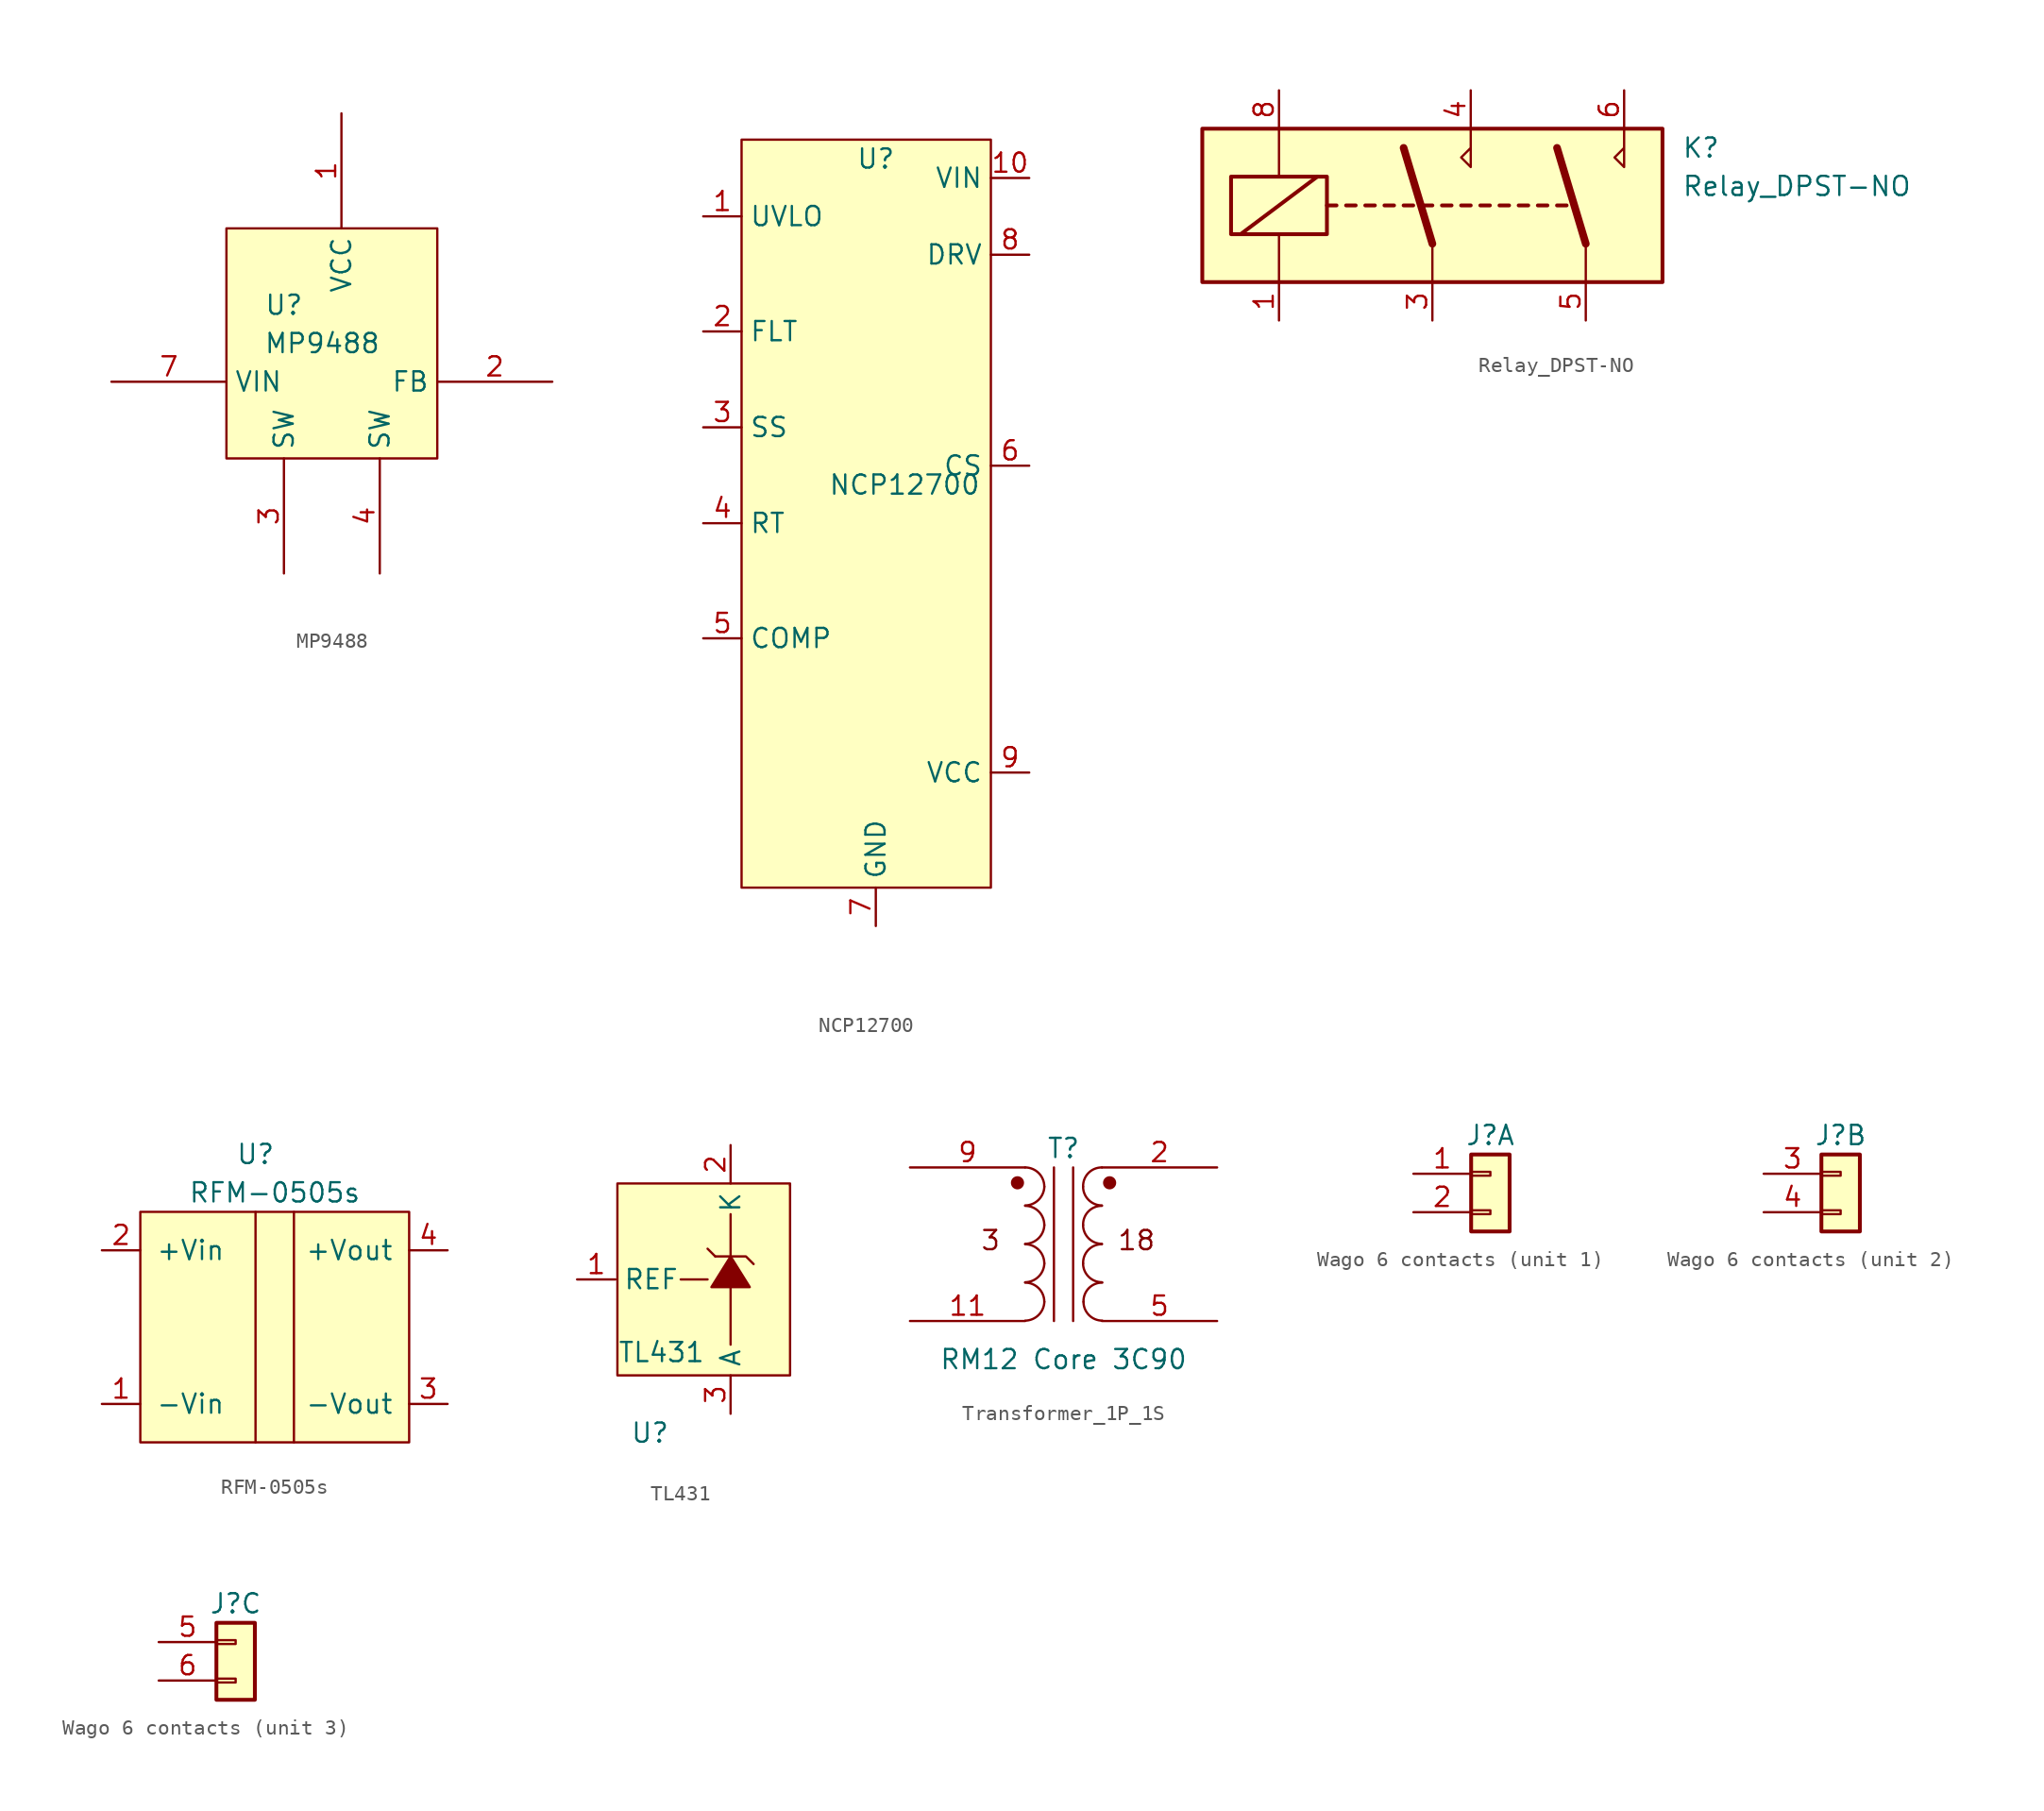
<source format=kicad_sym>
(kicad_symbol_lib
  (version 20241209)
  (generator "kicad_symbol_editor")
  (generator_version "9.0")
  (symbol "MP9488"
    (property "Reference" "U"
      (at -3.81 1.27 0)
      (effects (font (size 1.27 1.27))))
    (property "Value" "MP9488"
      (at -1.27 -1.27 0)
      (effects (font (size 1.27 1.27))))
    (symbol "MP9488_0_1"
      (rectangle (start -7.62 6.35) (end 6.35 -8.89) (stroke (width 0) (type default)) (fill (type background))))
    (symbol "MP9488_1_1"
      (pin power_in line (at -15.24 -3.81 0) (length 7.62) (name "VIN" (effects (font (size 1.27 1.27)))) (number "7" (effects (font (size 1.27 1.27)))))
      (pin power_out line (at -3.81 -16.51 90) (length 7.62) (name "SW" (effects (font (size 1.27 1.27)))) (number "3" (effects (font (size 1.27 1.27)))))
      (pin power_in line (at 0 13.97 270) (length 7.62) (name "VCC" (effects (font (size 1.27 1.27)))) (number "1" (effects (font (size 1.27 1.27)))))
      (pin power_out line (at 2.54 -16.51 90) (length 7.62) (name "SW" (effects (font (size 1.27 1.27)))) (number "4" (effects (font (size 1.27 1.27)))))
      (pin input line (at 13.97 -3.81 180) (length 7.62) (name "FB" (effects (font (size 1.27 1.27)))) (number "2" (effects (font (size 1.27 1.27)))))))
  (symbol "NCP12700"
    (property "Reference" "U"
      (at 0 6.35 0)
      (effects (font (size 1.27 1.27))))
    (property "Value" "NCP12700"
      (at 1.905 -15.24 0)
      (effects (font (size 1.27 1.27))))
    (symbol "NCP12700_0_1"
      (rectangle (start -8.89 7.62) (end 7.62 -41.91) (stroke (width 0) (type default)) (fill (type background))))
    (symbol "NCP12700_1_1"
      (pin input line (at -11.43 2.54 0) (length 2.54) (name "UVLO" (effects (font (size 1.27 1.27)))) (number "1" (effects (font (size 1.27 1.27)))))
      (pin input line (at -11.43 -5.08 0) (length 2.54) (name "FLT" (effects (font (size 1.27 1.27)))) (number "2" (effects (font (size 1.27 1.27)))))
      (pin input line (at -11.43 -11.43 0) (length 2.54) (name "SS" (effects (font (size 1.27 1.27)))) (number "3" (effects (font (size 1.27 1.27)))))
      (pin input line (at -11.43 -17.78 0) (length 2.54) (name "RT" (effects (font (size 1.27 1.27)))) (number "4" (effects (font (size 1.27 1.27)))))
      (pin input line (at -11.43 -25.4 0) (length 2.54) (name "COMP" (effects (font (size 1.27 1.27)))) (number "5" (effects (font (size 1.27 1.27)))))
      (pin passive line (at 0 -44.45 90) (length 2.54) (name "GND" (effects (font (size 1.27 1.27)))) (number "7" (effects (font (size 1.27 1.27)))))
      (pin power_in line (at 10.16 5.08 180) (length 2.54) (name "VIN" (effects (font (size 1.27 1.27)))) (number "10" (effects (font (size 1.27 1.27)))))
      (pin output line (at 10.16 0 180) (length 2.54) (name "DRV" (effects (font (size 1.27 1.27)))) (number "8" (effects (font (size 1.27 1.27)))))
      (pin input line (at 10.16 -13.97 180) (length 2.54) (name "CS" (effects (font (size 1.27 1.27)))) (number "6" (effects (font (size 1.27 1.27)))))
      (pin power_in line (at 10.16 -34.29 180) (length 2.54) (name "VCC" (effects (font (size 1.27 1.27)))) (number "9" (effects (font (size 1.27 1.27)))))))
  (symbol "Relay_DPST-NO"
    (property "Reference" "K"
      (at 16.51 3.81 0)
      (effects (font (size 1.27 1.27)) (justify left)))
    (property "Value" "Relay_DPST-NO"
      (at 16.51 1.27 0)
      (effects (font (size 1.27 1.27)) (justify left)))
    (symbol "Relay_DPST-NO_0_1"
      (rectangle (start -15.24 5.08) (end 15.24 -5.08) (stroke (width 0.254) (type default)) (fill (type background)))
      (rectangle (start -13.335 1.905) (end -6.985 -1.905) (stroke (width 0.254) (type default)) (fill (type none)))
      (polyline (pts (xy -12.7 -1.905) (xy -7.62 1.905)) (stroke (width 0.254) (type default)) (fill (type none)))
      (polyline (pts (xy -10.16 5.08) (xy -10.16 1.905)) (stroke (width 0) (type default)) (fill (type none)))
      (polyline (pts (xy -10.16 -5.08) (xy -10.16 -1.905)) (stroke (width 0) (type default)) (fill (type none)))
      (polyline (pts (xy -6.985 0) (xy -6.35 0)) (stroke (width 0.254) (type default)) (fill (type none)))
      (polyline (pts (xy -5.715 0) (xy -5.08 0)) (stroke (width 0.254) (type default)) (fill (type none)))
      (polyline (pts (xy -4.445 0) (xy -3.81 0)) (stroke (width 0.254) (type default)) (fill (type none)))
      (polyline (pts (xy -3.175 0) (xy -2.54 0)) (stroke (width 0.254) (type default)) (fill (type none)))
      (polyline (pts (xy -1.905 0) (xy -1.27 0)) (stroke (width 0.254) (type default)) (fill (type none)))
      (polyline (pts (xy -0.635 0) (xy 0 0)) (stroke (width 0.254) (type default)) (fill (type none)))
      (polyline (pts (xy 0 -2.54) (xy -1.905 3.81)) (stroke (width 0.508) (type default)) (fill (type none)))
      (polyline (pts (xy 0 -2.54) (xy 0 -5.08)) (stroke (width 0) (type default)) (fill (type none)))
      (polyline (pts (xy 0.635 0) (xy 1.27 0)) (stroke (width 0.254) (type default)) (fill (type none)))
      (polyline (pts (xy 1.905 0) (xy 2.54 0)) (stroke (width 0.254) (type default)) (fill (type none)))
      (polyline (pts (xy 2.54 5.08) (xy 2.54 2.54) (xy 1.905 3.175) (xy 2.54 3.81)) (stroke (width 0) (type default)) (fill (type none)))
      (polyline (pts (xy 3.175 0) (xy 3.81 0)) (stroke (width 0.254) (type default)) (fill (type none)))
      (polyline (pts (xy 4.445 0) (xy 5.08 0)) (stroke (width 0.254) (type default)) (fill (type none)))
      (polyline (pts (xy 5.715 0) (xy 6.35 0)) (stroke (width 0.254) (type default)) (fill (type none)))
      (polyline (pts (xy 6.985 0) (xy 7.62 0)) (stroke (width 0.254) (type default)) (fill (type none)))
      (polyline (pts (xy 8.255 0) (xy 8.89 0)) (stroke (width 0.254) (type default)) (fill (type none)))
      (polyline (pts (xy 10.16 -2.54) (xy 8.255 3.81)) (stroke (width 0.508) (type default)) (fill (type none)))
      (polyline (pts (xy 10.16 -2.54) (xy 10.16 -5.08)) (stroke (width 0) (type default)) (fill (type none)))
      (polyline (pts (xy 12.7 5.08) (xy 12.7 2.54) (xy 12.065 3.175) (xy 12.7 3.81)) (stroke (width 0) (type default)) (fill (type none))))
    (symbol "Relay_DPST-NO_1_1"
      (pin passive line (at -10.16 7.62 270) (length 2.54) (name "~" (effects (font (size 1.27 1.27)))) (number "8" (effects (font (size 1.27 1.27)))))
      (pin passive line (at -10.16 -7.62 90) (length 2.54) (name "~" (effects (font (size 1.27 1.27)))) (number "1" (effects (font (size 1.27 1.27)))))
      (pin passive line (at 0 -7.62 90) (length 2.54) (name "~" (effects (font (size 1.27 1.27)))) (number "3" (effects (font (size 1.27 1.27)))))
      (pin passive line (at 2.54 7.62 270) (length 2.54) (name "~" (effects (font (size 1.27 1.27)))) (number "4" (effects (font (size 1.27 1.27)))))
      (pin passive line (at 10.16 -7.62 90) (length 2.54) (name "~" (effects (font (size 1.27 1.27)))) (number "5" (effects (font (size 1.27 1.27)))))
      (pin passive line (at 12.7 7.62 270) (length 2.54) (name "~" (effects (font (size 1.27 1.27)))) (number "6" (effects (font (size 1.27 1.27)))))))
  (symbol "RFM-0505s"
    (pin_names
      (offset 1.016))
    (property "Reference" "U"
      (at -1.27 11.43 0)
      (effects (font (size 1.27 1.27))))
    (property "Value" "RFM-0505s"
      (at 0 8.89 0)
      (effects (font (size 1.27 1.27))))
    (symbol "RFM-0505s_0_1"
      (rectangle (start -8.89 7.62) (end 8.89 -7.62) (stroke (width 0) (type default)) (fill (type background)))
      (rectangle (start -1.27 7.62) (end -1.27 -7.62) (stroke (width 0) (type default)) (fill (type none)))
      (rectangle (start 1.27 7.62) (end 1.27 -7.62) (stroke (width 0) (type default)) (fill (type none))))
    (symbol "RFM-0505s_1_1"
      (pin input line (at -11.43 5.08 0) (length 2.54) (name "+Vin" (effects (font (size 1.27 1.27)))) (number "2" (effects (font (size 1.27 1.27)))))
      (pin input line (at -11.43 -5.08 0) (length 2.54) (name "-Vin" (effects (font (size 1.27 1.27)))) (number "1" (effects (font (size 1.27 1.27)))))
      (pin input line (at 11.43 5.08 180) (length 2.54) (name "+Vout" (effects (font (size 1.27 1.27)))) (number "4" (effects (font (size 1.27 1.27)))))
      (pin input line (at 11.43 -5.08 180) (length 2.54) (name "-Vout" (effects (font (size 1.27 1.27)))) (number "3" (effects (font (size 1.27 1.27)))))))
  (symbol "TL431"
    (property "Reference" "U"
      (at -5.334 -10.16 0)
      (effects (font (size 1.27 1.27))))
    (property "Value" "TL431"
      (at -4.572 -4.826 0)
      (effects (font (size 1.27 1.27))))
    (symbol "TL431_0_1"
      (polyline (pts (xy -1.524 0) (xy -3.302 0)) (stroke (width 0) (type default)) (fill (type none)))
      (polyline (pts (xy -1.016 1.524) (xy -1.524 2.032)) (stroke (width 0) (type default)) (fill (type none)))
      (polyline (pts (xy -1.016 1.524) (xy 1.016 1.524) (xy 1.524 1.016)) (stroke (width 0) (type default)) (fill (type none)))
      (polyline (pts (xy 0 4.318) (xy 0 -4.318)) (stroke (width 0) (type default)) (fill (type none)))
      (polyline (pts (xy 1.27 -0.508) (xy -1.27 -0.508) (xy 0 1.524) (xy 1.27 -0.508)) (stroke (width 0) (type default)) (fill (type outline)))
      (rectangle (start 3.937 6.223) (end 3.937 6.223) (stroke (width 0) (type default)) (fill (type none))))
    (symbol "TL431_1_1"
      (rectangle (start -7.493 6.35) (end 3.937 -6.35) (stroke (width 0) (type solid)) (fill (type background)))
      (pin passive line (at -10.16 0 0) (length 2.54) (name "REF" (effects (font (size 1.27 1.27)))) (number "1" (effects (font (size 1.27 1.27)))))
      (pin passive line (at 0 8.89 270) (length 2.54) (name "K" (effects (font (size 1.27 1.27)))) (number "2" (effects (font (size 1.27 1.27)))))
      (pin passive line (at 0 -8.89 90) (length 2.54) (name "A" (effects (font (size 1.27 1.27)))) (number "3" (effects (font (size 1.27 1.27)))))))
  (symbol "Transformer_1P_1S"
    (pin_names
      (offset 1.016)
      (hide yes))
    (property "Reference" "T"
      (at 0 6.35 0)
      (effects (font (size 1.27 1.27))))
    (property "Value" "RM12 Core 3C90"
      (at 0 -7.62 0)
      (effects (font (size 1.27 1.27))))
    (symbol "Transformer_1P_1S_0_1"
      (arc (start -1.27 3.81) (mid -1.656 2.9336) (end -2.54 2.5654) (stroke (width 0) (type default)) (fill (type none)))
      (arc (start -1.27 1.27) (mid -1.656 0.3936) (end -2.54 0.0254) (stroke (width 0) (type default)) (fill (type none)))
      (arc (start -1.27 -1.27) (mid -1.656 -2.1464) (end -2.54 -2.5146) (stroke (width 0) (type default)) (fill (type none)))
      (arc (start -1.27 -3.81) (mid -1.656 -4.6864) (end -2.54 -5.0546) (stroke (width 0) (type default)) (fill (type none)))
      (arc (start -2.54 5.08) (mid -1.642 4.708) (end -1.27 3.81) (stroke (width 0) (type default)) (fill (type none)))
      (arc (start -2.54 2.54) (mid -1.642 2.168) (end -1.27 1.27) (stroke (width 0) (type default)) (fill (type none)))
      (arc (start -2.54 0) (mid -1.642 -0.372) (end -1.27 -1.27) (stroke (width 0) (type default)) (fill (type none)))
      (arc (start -2.54 -2.54) (mid -1.642 -2.912) (end -1.27 -3.81) (stroke (width 0) (type default)) (fill (type none)))
      (polyline (pts (xy -0.635 5.08) (xy -0.635 -5.08)) (stroke (width 0) (type default)) (fill (type none)))
      (polyline (pts (xy 0.635 -5.08) (xy 0.635 5.08)) (stroke (width 0) (type default)) (fill (type none)))
      (arc (start 1.2954 3.81) (mid 1.6457 4.7117) (end 2.54 5.08) (stroke (width 0) (type default)) (fill (type none)))
      (arc (start 1.2954 1.27) (mid 1.6457 2.1717) (end 2.54 2.54) (stroke (width 0) (type default)) (fill (type none)))
      (arc (start 1.2954 -1.27) (mid 1.6457 -0.3683) (end 2.54 0) (stroke (width 0) (type default)) (fill (type none)))
      (arc (start 2.54 2.5654) (mid 1.6599 2.9299) (end 1.2954 3.81) (stroke (width 0) (type default)) (fill (type none)))
      (arc (start 2.54 0.0254) (mid 1.6599 0.3899) (end 1.2954 1.27) (stroke (width 0) (type default)) (fill (type none)))
      (arc (start 2.54 -2.5146) (mid 1.6599 -2.1501) (end 1.2954 -1.27) (stroke (width 0) (type default)) (fill (type none)))
      (arc (start 1.3208 -3.81) (mid 1.6711 -2.9085) (end 2.5654 -2.54) (stroke (width 0) (type default)) (fill (type none)))
      (arc (start 2.5654 -5.0546) (mid 1.6851 -4.6902) (end 1.3208 -3.81) (stroke (width 0) (type default)) (fill (type none))))
    (symbol "Transformer_1P_1S_1_1"
      (circle (center -3.048 4.064) (radius 0.359) (stroke (width 0) (type solid)) (fill (type outline)))
      (circle (center 3.048 4.064) (radius 0.359) (stroke (width 0) (type solid)) (fill (type outline)))
      (text "3" (at -4.826 0.254 0) (effects (font (size 1.27 1.27))))
      (text "18" (at 4.826 0.254 0) (effects (font (size 1.27 1.27))))
      (pin passive line (at -10.16 5.08 0) (length 7.62) (hide yes) (name "AA" (effects (font (size 1.27 1.27)))) (number "8" (effects (font (size 1.27 1.27)))))
      (pin passive line (at -10.16 5.08 0) (length 7.62) (name "AA" (effects (font (size 1.27 1.27)))) (number "9" (effects (font (size 1.27 1.27)))))
      (pin passive line (at -10.16 -5.08 0) (length 7.62) (name "AB" (effects (font (size 1.27 1.27)))) (number "11" (effects (font (size 1.27 1.27)))))
      (pin passive line (at -10.16 -5.08 0) (length 7.62) (hide yes) (name "AB" (effects (font (size 1.27 1.27)))) (number "12" (effects (font (size 1.27 1.27)))))
      (pin passive line (at 10.16 5.08 180) (length 7.62) (name "SB" (effects (font (size 1.27 1.27)))) (number "2" (effects (font (size 1.27 1.27)))))
      (pin passive line (at 10.16 -5.08 180) (length 7.62) (name "SA" (effects (font (size 1.27 1.27)))) (number "5" (effects (font (size 1.27 1.27)))))))
  (symbol "Wago 6 contacts"
    (pin_names
      (offset 1.016)
      (hide yes))
    (property "Reference" "J"
      (at 0 2.54 0)
      (effects (font (size 1.27 1.27))))
    (symbol "Wago 6 contacts_1_1"
      (rectangle (start -1.27 1.27) (end 1.27 -3.81) (stroke (width 0.254) (type default)) (fill (type background)))
      (rectangle (start -1.27 0.127) (end 0 -0.127) (stroke (width 0.152) (type default)) (fill (type none)))
      (rectangle (start -1.27 -2.413) (end 0 -2.667) (stroke (width 0.152) (type default)) (fill (type none)))
      (pin passive line (at -5.08 0 0) (length 3.81) (name "Pin_1" (effects (font (size 1.27 1.27)))) (number "1" (effects (font (size 1.27 1.27)))))
      (pin passive line (at -5.08 -2.54 0) (length 3.81) (name "Pin_2" (effects (font (size 1.27 1.27)))) (number "2" (effects (font (size 1.27 1.27))))))
    (symbol "Wago 6 contacts_2_1"
      (rectangle (start -1.27 1.27) (end 1.27 -3.81) (stroke (width 0.254) (type default)) (fill (type background)))
      (rectangle (start -1.27 0.127) (end 0 -0.127) (stroke (width 0.152) (type default)) (fill (type none)))
      (rectangle (start -1.27 -2.413) (end 0 -2.667) (stroke (width 0.152) (type default)) (fill (type none)))
      (pin passive line (at -5.08 0 0) (length 3.81) (name "Pin_1" (effects (font (size 1.27 1.27)))) (number "3" (effects (font (size 1.27 1.27)))))
      (pin passive line (at -5.08 -2.54 0) (length 3.81) (name "Pin_2" (effects (font (size 1.27 1.27)))) (number "4" (effects (font (size 1.27 1.27))))))
    (symbol "Wago 6 contacts_3_1"
      (rectangle (start -1.27 1.27) (end 1.27 -3.81) (stroke (width 0.254) (type default)) (fill (type background)))
      (rectangle (start -1.27 0.127) (end 0 -0.127) (stroke (width 0.152) (type default)) (fill (type none)))
      (rectangle (start -1.27 -2.413) (end 0 -2.667) (stroke (width 0.152) (type default)) (fill (type none)))
      (pin passive line (at -5.08 0 0) (length 3.81) (name "Pin_1" (effects (font (size 1.27 1.27)))) (number "5" (effects (font (size 1.27 1.27)))))
      (pin passive line (at -5.08 -2.54 0) (length 3.81) (name "Pin_2" (effects (font (size 1.27 1.27)))) (number "6" (effects (font (size 1.27 1.27))))))))
</source>
